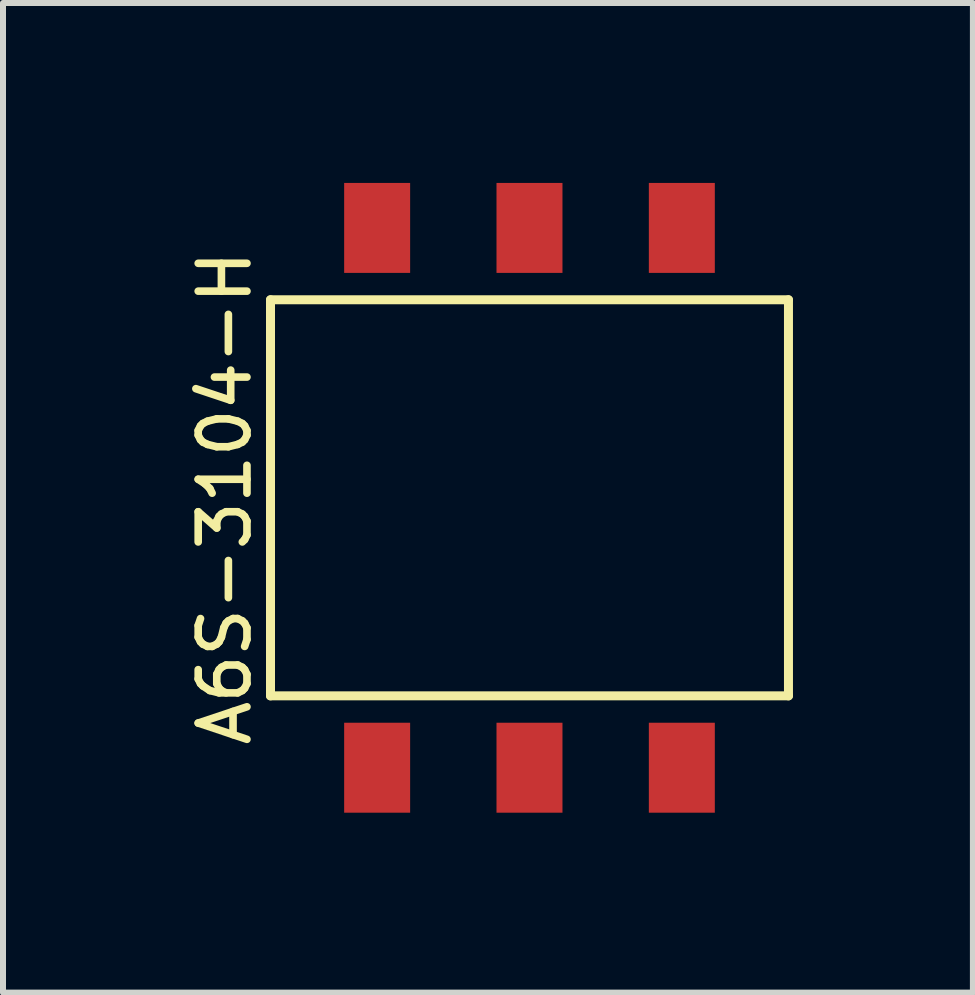
<source format=kicad_pcb>
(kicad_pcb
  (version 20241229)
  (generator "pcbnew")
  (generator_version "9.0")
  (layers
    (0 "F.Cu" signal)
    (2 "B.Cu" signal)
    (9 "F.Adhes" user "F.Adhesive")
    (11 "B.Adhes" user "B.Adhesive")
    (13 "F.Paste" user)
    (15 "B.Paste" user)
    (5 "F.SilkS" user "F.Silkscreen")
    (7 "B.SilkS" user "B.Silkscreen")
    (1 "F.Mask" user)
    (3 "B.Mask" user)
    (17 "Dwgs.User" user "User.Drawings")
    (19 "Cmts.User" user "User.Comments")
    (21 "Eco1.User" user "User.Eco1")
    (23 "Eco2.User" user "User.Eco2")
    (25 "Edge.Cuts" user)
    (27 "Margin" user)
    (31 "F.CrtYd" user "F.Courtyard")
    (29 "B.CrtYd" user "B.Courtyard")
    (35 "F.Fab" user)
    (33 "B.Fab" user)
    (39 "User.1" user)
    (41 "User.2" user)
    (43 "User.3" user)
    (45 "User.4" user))
  (footprint "A6S-3104-H"
    (layer "F.Cu")
    (at 5.778 5.25)
    (property "Reference" "A6S-3104-H" (at -5.08 0 90) (layer "F.SilkS") (effects (font (size 0.813 0.813) (thickness 0.127))))
    (attr through_hole)
    (fp_line (start -4.318 -3.302) (end 4.318 -3.302) (stroke (width 0.15) (type solid)) (layer "F.SilkS"))
    (fp_line (start -4.318 0) (end -4.318 -3.302) (stroke (width 0.15) (type solid)) (layer "F.SilkS"))
    (fp_line (start -4.318 3.302) (end -4.318 0) (stroke (width 0.15) (type solid)) (layer "F.SilkS"))
    (fp_line (start 4.318 -3.302) (end 4.318 3.302) (stroke (width 0.15) (type solid)) (layer "F.SilkS"))
    (fp_line (start 4.318 3.302) (end -4.318 3.302) (stroke (width 0.15) (type solid)) (layer "F.SilkS"))
    (pad "a1" smd rect (at -2.54 -4.5) (size 1.1 1.5) (layers "F.Cu" "F.Mask" "F.Paste"))
    (pad "a2" smd rect (at 0 -4.5) (size 1.1 1.5) (layers "F.Cu" "F.Mask" "F.Paste"))
    (pad "a3" smd rect (at 2.54 -4.5) (size 1.1 1.5) (layers "F.Cu" "F.Mask" "F.Paste"))
    (pad "b1" smd rect (at -2.54 4.5) (size 1.1 1.5) (layers "F.Cu" "F.Mask" "F.Paste"))
    (pad "b2" smd rect (at 0 4.5) (size 1.1 1.5) (layers "F.Cu" "F.Mask" "F.Paste"))
    (pad "b3" smd rect (at 2.54 4.5) (size 1.1 1.5) (layers "F.Cu" "F.Mask" "F.Paste")))
  (gr_rect
    (start -3 -3)
    (end 13.171 13.5)
    (stroke (width 0.1) (type default))
    (fill no)
    (layer "Edge.Cuts")))
</source>
